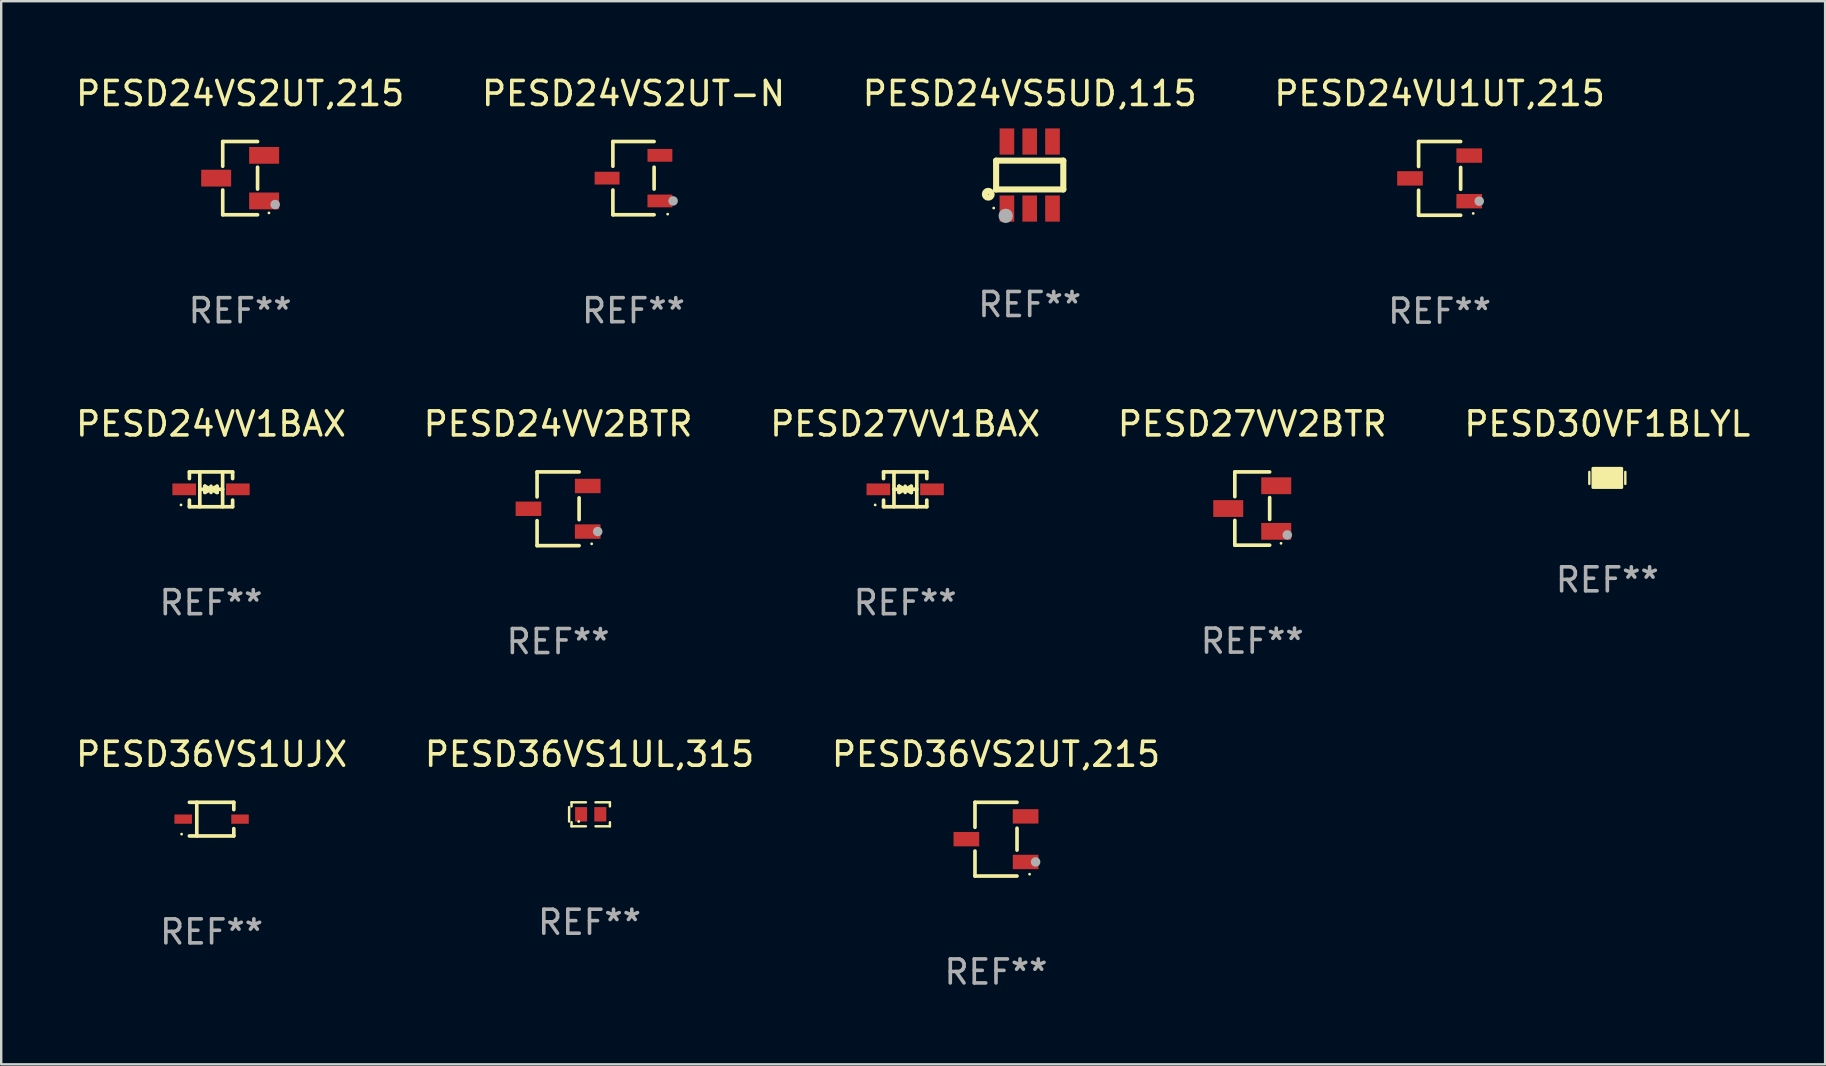
<source format=kicad_pcb>
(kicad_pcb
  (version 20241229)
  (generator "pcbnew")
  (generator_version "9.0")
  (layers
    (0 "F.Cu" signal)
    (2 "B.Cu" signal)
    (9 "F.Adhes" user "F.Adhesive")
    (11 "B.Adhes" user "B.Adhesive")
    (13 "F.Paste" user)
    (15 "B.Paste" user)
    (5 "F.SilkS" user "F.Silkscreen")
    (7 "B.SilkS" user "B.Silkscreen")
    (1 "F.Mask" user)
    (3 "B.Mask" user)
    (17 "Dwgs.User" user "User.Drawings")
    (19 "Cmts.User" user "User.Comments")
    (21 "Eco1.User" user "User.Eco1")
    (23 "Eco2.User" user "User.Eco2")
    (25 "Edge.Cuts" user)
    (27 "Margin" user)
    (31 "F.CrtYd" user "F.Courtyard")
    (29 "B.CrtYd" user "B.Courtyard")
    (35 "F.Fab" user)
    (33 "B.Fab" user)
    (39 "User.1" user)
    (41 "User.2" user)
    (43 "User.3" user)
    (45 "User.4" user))
  (footprint "PESD24VV1BAX"
    (layer "F.Cu")
    (at 5.744 17.343)
    (property "Reference" "PESD24VV1BAX" (at 0 -2.726 0) (layer "F.SilkS") (effects (font (size 1 1) (thickness 0.15))))
    (attr through_hole)
    (fp_line (start -0.901 -0.726) (end -0.901 -0.448) (stroke (width 0.152) (type solid)) (layer "F.SilkS"))
    (fp_line (start -0.901 0.726) (end -0.901 0.448) (stroke (width 0.152) (type solid)) (layer "F.SilkS"))
    (fp_line (start -0.467 0) (end 0.483 -0.003) (stroke (width 0.154) (type solid)) (layer "F.SilkS"))
    (fp_line (start -0.467 0.726) (end -0.467 -0.726) (stroke (width 0.152) (type solid)) (layer "F.SilkS"))
    (fp_line (start -0.254 -0.127) (end -0.254 -0.127) (stroke (width 0.154) (type solid)) (layer "F.SilkS"))
    (fp_line (start -0.254 -0.127) (end -0.002 -0.003) (stroke (width 0.154) (type solid)) (layer "F.SilkS"))
    (fp_line (start -0.254 0.127) (end -0.254 -0.127) (stroke (width 0.154) (type solid)) (layer "F.SilkS"))
    (fp_line (start -0.127 0) (end 0.003 0) (stroke (width 0.154) (type solid)) (layer "F.SilkS"))
    (fp_line (start -0.003 0) (end -0.254 0.127) (stroke (width 0.154) (type solid)) (layer "F.SilkS"))
    (fp_line (start 0 -0.127) (end 0 0.127) (stroke (width 0.154) (type solid)) (layer "F.SilkS"))
    (fp_line (start 0.003 0) (end 0.254 -0.127) (stroke (width 0.154) (type solid)) (layer "F.SilkS"))
    (fp_line (start 0.127 0) (end -0.003 0) (stroke (width 0.154) (type solid)) (layer "F.SilkS"))
    (fp_line (start 0.254 -0.127) (end 0.254 0.127) (stroke (width 0.154) (type solid)) (layer "F.SilkS"))
    (fp_line (start 0.254 0.127) (end 0.002 0.003) (stroke (width 0.154) (type solid)) (layer "F.SilkS"))
    (fp_line (start 0.254 0.127) (end 0.254 0.127) (stroke (width 0.154) (type solid)) (layer "F.SilkS"))
    (fp_line (start 0.483 0.726) (end 0.483 -0.726) (stroke (width 0.152) (type solid)) (layer "F.SilkS"))
    (fp_line (start 0.901 -0.726) (end -0.901 -0.726) (stroke (width 0.152) (type solid)) (layer "F.SilkS"))
    (fp_line (start 0.901 -0.726) (end 0.901 -0.448) (stroke (width 0.152) (type solid)) (layer "F.SilkS"))
    (fp_line (start 0.901 0.726) (end -0.901 0.726) (stroke (width 0.152) (type solid)) (layer "F.SilkS"))
    (fp_line (start 0.901 0.726) (end 0.901 0.448) (stroke (width 0.152) (type solid)) (layer "F.SilkS"))
    (fp_circle (center -1.25 0.65) (end -1.22 0.65) (stroke (width 0.06) (type solid)) (fill no) (layer "F.SilkS"))
    (fp_text user "REF**" (at 0 4.726 0) (layer "F.Fab") (effects (font (size 1 1) (thickness 0.15))))
    (pad "1" smd rect (at -1.118 0) (size 0.985 0.49) (layers "F.Cu" "F.Mask" "F.Paste"))
    (pad "2" smd rect (at 1.118 0) (size 0.985 0.49) (layers "F.Cu" "F.Mask" "F.Paste")))
  (footprint "PESD24VV2BTR"
    (layer "F.Cu")
    (at 20.208 18.153)
    (property "Reference" "PESD24VV2BTR" (at 0 -3.536 0) (layer "F.SilkS") (effects (font (size 1 1) (thickness 0.15))))
    (attr through_hole)
    (fp_line (start -0.876 -1.536) (end -0.876 -0.495) (stroke (width 0.152) (type solid)) (layer "F.SilkS"))
    (fp_line (start -0.876 1.536) (end -0.876 0.495) (stroke (width 0.152) (type solid)) (layer "F.SilkS"))
    (fp_line (start 0.876 -1.536) (end -0.876 -1.536) (stroke (width 0.152) (type solid)) (layer "F.SilkS"))
    (fp_line (start 0.876 -0.455) (end 0.876 0.455) (stroke (width 0.152) (type solid)) (layer "F.SilkS"))
    (fp_line (start 0.876 1.536) (end -0.876 1.536) (stroke (width 0.152) (type solid)) (layer "F.SilkS"))
    (fp_circle (center 1.4 1.46) (end 1.43 1.46) (stroke (width 0.06) (type solid)) (fill no) (layer "F.SilkS"))
    (fp_circle (center 1.651 0.95) (end 1.751 0.95) (stroke (width 0.2) (type solid)) (fill no) (layer "F.Fab"))
    (fp_text user "REF**" (at 0 5.536 0) (layer "F.Fab") (effects (font (size 1 1) (thickness 0.15))))
    (pad "1" smd rect (at 1.235 0.95) (size 1.07 0.6) (layers "F.Cu" "F.Mask" "F.Paste"))
    (pad "2" smd rect (at 1.235 -0.95) (size 1.07 0.6) (layers "F.Cu" "F.Mask" "F.Paste"))
    (pad "3" smd rect (at -1.235 0) (size 1.07 0.6) (layers "F.Cu" "F.Mask" "F.Paste")))
  (footprint "PESD30VF1BLYL"
    (layer "F.Cu")
    (at 63.935 16.867)
    (property "Reference" "PESD30VF1BLYL" (at 0 -2.25 0) (layer "F.SilkS") (effects (font (size 1 1) (thickness 0.15))))
    (attr through_hole)
    (fp_line (start -0.75 0.25) (end -0.75 -0.25) (stroke (width 0.1) (type solid)) (layer "F.SilkS"))
    (fp_line (start 0.75 -0.25) (end 0.75 0.25) (stroke (width 0.1) (type solid)) (layer "F.SilkS"))
    (fp_circle (center -0.5 0.3) (end -0.47 0.3) (stroke (width 0.06) (type solid)) (fill no) (layer "F.SilkS"))
    (fp_poly (pts (xy -0.6 -0.4) (xy 0.6 -0.4) (xy 0.6 0.4) (xy -0.6 0.4)) (stroke (width 0.12) (type solid)) (fill yes) (layer "F.SilkS"))
    (fp_text user "REF**" (at 0 4.25 0) (layer "F.Fab") (effects (font (size 1 1) (thickness 0.15))))
    (pad "1" smd rect (at -0.325 -0.000013) (size 0.3 0.6) (layers "F.Cu" "F.Mask" "F.Paste"))
    (pad "2" smd rect (at 0.325 -0.000013) (size 0.3 0.6) (layers "F.Cu" "F.Mask" "F.Paste")))
  (footprint "PESD24VS2UT,215"
    (layer "F.Cu")
    (at 6.958 4.374)
    (property "Reference" "PESD24VS2UT,215" (at 0 -3.526 0) (layer "F.SilkS") (effects (font (size 1 1) (thickness 0.15))))
    (attr through_hole)
    (fp_line (start -0.726 -1.526) (end -0.726 -0.495) (stroke (width 0.152) (type solid)) (layer "F.SilkS"))
    (fp_line (start -0.726 1.526) (end -0.726 0.495) (stroke (width 0.152) (type solid)) (layer "F.SilkS"))
    (fp_line (start 0.726 -1.526) (end -0.726 -1.526) (stroke (width 0.152) (type solid)) (layer "F.SilkS"))
    (fp_line (start 0.726 -0.455) (end 0.726 0.455) (stroke (width 0.152) (type solid)) (layer "F.SilkS"))
    (fp_line (start 0.726 1.526) (end -0.726 1.526) (stroke (width 0.152) (type solid)) (layer "F.SilkS"))
    (fp_circle (center 1.2 1.45) (end 1.23 1.45) (stroke (width 0.06) (type solid)) (fill no) (layer "F.SilkS"))
    (fp_circle (center 1.46 1.1) (end 1.56 1.1) (stroke (width 0.2) (type solid)) (fill no) (layer "F.Fab"))
    (fp_text user "REF**" (at 0 5.526 0) (layer "F.Fab") (effects (font (size 1 1) (thickness 0.15))))
    (pad "1" smd rect (at 1 0.95) (size 1.25 0.7) (layers "F.Cu" "F.Mask" "F.Paste"))
    (pad "2" smd rect (at 1 -0.95) (size 1.25 0.7) (layers "F.Cu" "F.Mask" "F.Paste"))
    (pad "3" smd rect (at -1 0) (size 1.25 0.7) (layers "F.Cu" "F.Mask" "F.Paste")))
  (footprint "PESD24VS2UT-N"
    (layer "F.Cu")
    (at 23.351 4.374)
    (property "Reference" "PESD24VS2UT-N" (at 0 -3.526 0) (layer "F.SilkS") (effects (font (size 1 1) (thickness 0.15))))
    (attr through_hole)
    (fp_line (start -0.859 -1.526) (end -0.859 -0.495) (stroke (width 0.152) (type solid)) (layer "F.SilkS"))
    (fp_line (start -0.859 1.526) (end -0.859 0.495) (stroke (width 0.152) (type solid)) (layer "F.SilkS"))
    (fp_line (start 0.859 -1.526) (end -0.859 -1.526) (stroke (width 0.152) (type solid)) (layer "F.SilkS"))
    (fp_line (start 0.859 -0.455) (end 0.859 0.455) (stroke (width 0.152) (type solid)) (layer "F.SilkS"))
    (fp_line (start 0.859 1.526) (end -0.859 1.526) (stroke (width 0.152) (type solid)) (layer "F.SilkS"))
    (fp_circle (center 1.425 1.5) (end 1.455 1.5) (stroke (width 0.06) (type solid)) (fill no) (layer "F.SilkS"))
    (fp_circle (center 1.65 0.95) (end 1.75 0.95) (stroke (width 0.2) (type solid)) (fill no) (layer "F.Fab"))
    (fp_text user "REF**" (at 0 5.526 0) (layer "F.Fab") (effects (font (size 1 1) (thickness 0.15))))
    (pad "1" smd rect (at 1.101 0.95) (size 1.037 0.532) (layers "F.Cu" "F.Mask" "F.Paste"))
    (pad "2" smd rect (at 1.101 -0.95) (size 1.037 0.532) (layers "F.Cu" "F.Mask" "F.Paste"))
    (pad "3" smd rect (at -1.101 0) (size 1.037 0.532) (layers "F.Cu" "F.Mask" "F.Paste")))
  (footprint "PESD24VU1UT,215"
    (layer "F.Cu")
    (at 56.946 4.384)
    (property "Reference" "PESD24VU1UT,215" (at 0 -3.536 0) (layer "F.SilkS") (effects (font (size 1 1) (thickness 0.15))))
    (attr through_hole)
    (fp_line (start -0.876 -1.536) (end -0.876 -0.495) (stroke (width 0.152) (type solid)) (layer "F.SilkS"))
    (fp_line (start -0.876 1.536) (end -0.876 0.495) (stroke (width 0.152) (type solid)) (layer "F.SilkS"))
    (fp_line (start 0.876 -1.536) (end -0.876 -1.536) (stroke (width 0.152) (type solid)) (layer "F.SilkS"))
    (fp_line (start 0.876 -0.455) (end 0.876 0.455) (stroke (width 0.152) (type solid)) (layer "F.SilkS"))
    (fp_line (start 0.876 1.536) (end -0.876 1.536) (stroke (width 0.152) (type solid)) (layer "F.SilkS"))
    (fp_circle (center 1.4 1.46) (end 1.43 1.46) (stroke (width 0.06) (type solid)) (fill no) (layer "F.SilkS"))
    (fp_circle (center 1.651 0.95) (end 1.751 0.95) (stroke (width 0.2) (type solid)) (fill no) (layer "F.Fab"))
    (fp_text user "REF**" (at 0 5.536 0) (layer "F.Fab") (effects (font (size 1 1) (thickness 0.15))))
    (pad "1" smd rect (at 1.235 0.95) (size 1.07 0.6) (layers "F.Cu" "F.Mask" "F.Paste"))
    (pad "2" smd rect (at 1.235 -0.95) (size 1.07 0.6) (layers "F.Cu" "F.Mask" "F.Paste"))
    (pad "3" smd rect (at -1.235 0) (size 1.07 0.6) (layers "F.Cu" "F.Mask" "F.Paste")))
  (footprint "PESD27VV2BTR"
    (layer "F.Cu")
    (at 49.137 18.143)
    (property "Reference" "PESD27VV2BTR" (at 0 -3.526 0) (layer "F.SilkS") (effects (font (size 1 1) (thickness 0.15))))
    (attr through_hole)
    (fp_line (start -0.726 -1.526) (end -0.726 -0.495) (stroke (width 0.152) (type solid)) (layer "F.SilkS"))
    (fp_line (start -0.726 1.526) (end -0.726 0.495) (stroke (width 0.152) (type solid)) (layer "F.SilkS"))
    (fp_line (start 0.726 -1.526) (end -0.726 -1.526) (stroke (width 0.152) (type solid)) (layer "F.SilkS"))
    (fp_line (start 0.726 -0.455) (end 0.726 0.455) (stroke (width 0.152) (type solid)) (layer "F.SilkS"))
    (fp_line (start 0.726 1.526) (end -0.726 1.526) (stroke (width 0.152) (type solid)) (layer "F.SilkS"))
    (fp_circle (center 1.2 1.45) (end 1.23 1.45) (stroke (width 0.06) (type solid)) (fill no) (layer "F.SilkS"))
    (fp_circle (center 1.46 1.1) (end 1.56 1.1) (stroke (width 0.2) (type solid)) (fill no) (layer "F.Fab"))
    (fp_text user "REF**" (at 0 5.526 0) (layer "F.Fab") (effects (font (size 1 1) (thickness 0.15))))
    (pad "1" smd rect (at 1 0.95) (size 1.25 0.7) (layers "F.Cu" "F.Mask" "F.Paste"))
    (pad "2" smd rect (at 1 -0.95) (size 1.25 0.7) (layers "F.Cu" "F.Mask" "F.Paste"))
    (pad "3" smd rect (at -1 0) (size 1.25 0.7) (layers "F.Cu" "F.Mask" "F.Paste")))
  (footprint "PESD24VS5UD,115"
    (layer "F.Cu")
    (at 39.863 4.245)
    (property "Reference" "PESD24VS5UD,115" (at 0 -3.397 0) (layer "F.SilkS") (effects (font (size 1 1) (thickness 0.15))))
    (attr through_hole)
    (fp_line (start -1.4 -0.6) (end 1.4 -0.6) (stroke (width 0.254) (type solid)) (layer "F.SilkS"))
    (fp_line (start -1.4 0.6) (end -1.4 -0.6) (stroke (width 0.254) (type solid)) (layer "F.SilkS"))
    (fp_line (start -1.4 0.6) (end 1.4 0.6) (stroke (width 0.254) (type solid)) (layer "F.SilkS"))
    (fp_line (start 1.4 -0.6) (end 1.4 0.6) (stroke (width 0.254) (type solid)) (layer "F.SilkS"))
    (fp_circle (center -1.727 0.8) (end -1.585 0.8) (stroke (width 0.254) (type solid)) (fill no) (layer "F.SilkS"))
    (fp_circle (center -1.5 1.375) (end -1.47 1.375) (stroke (width 0.06) (type solid)) (fill no) (layer "F.SilkS"))
    (fp_circle (center -1 1.7) (end -0.85 1.7) (stroke (width 0.3) (type solid)) (fill no) (layer "F.Fab"))
    (fp_text user "REF**" (at 0 5.397 0) (layer "F.Fab") (effects (font (size 1 1) (thickness 0.15))))
    (pad "1" smd rect (at -0.95 1.397 180) (size 0.61 1.092) (layers "F.Cu" "F.Mask" "F.Paste"))
    (pad "2" smd rect (at 0 1.397 180) (size 0.61 1.092) (layers "F.Cu" "F.Mask" "F.Paste"))
    (pad "3" smd rect (at 0.95 1.397 180) (size 0.61 1.092) (layers "F.Cu" "F.Mask" "F.Paste"))
    (pad "4" smd rect (at 0.95 -1.397 180) (size 0.61 1.092) (layers "F.Cu" "F.Mask" "F.Paste"))
    (pad "5" smd rect (at 0 -1.397 180) (size 0.61 1.092) (layers "F.Cu" "F.Mask" "F.Paste"))
    (pad "6" smd rect (at -0.95 -1.397 180) (size 0.61 1.092) (layers "F.Cu" "F.Mask" "F.Paste")))
  (footprint "PESD36VS2UT,215"
    (layer "F.Cu")
    (at 38.458 31.922)
    (property "Reference" "PESD36VS2UT,215" (at 0 -3.536 0) (layer "F.SilkS") (effects (font (size 1 1) (thickness 0.15))))
    (attr through_hole)
    (fp_line (start -0.876 -1.536) (end -0.876 -0.495) (stroke (width 0.152) (type solid)) (layer "F.SilkS"))
    (fp_line (start -0.876 1.536) (end -0.876 0.495) (stroke (width 0.152) (type solid)) (layer "F.SilkS"))
    (fp_line (start 0.876 -1.536) (end -0.876 -1.536) (stroke (width 0.152) (type solid)) (layer "F.SilkS"))
    (fp_line (start 0.876 -0.455) (end 0.876 0.455) (stroke (width 0.152) (type solid)) (layer "F.SilkS"))
    (fp_line (start 0.876 1.536) (end -0.876 1.536) (stroke (width 0.152) (type solid)) (layer "F.SilkS"))
    (fp_circle (center 1.4 1.46) (end 1.43 1.46) (stroke (width 0.06) (type solid)) (fill no) (layer "F.SilkS"))
    (fp_circle (center 1.651 0.95) (end 1.751 0.95) (stroke (width 0.2) (type solid)) (fill no) (layer "F.Fab"))
    (fp_text user "REF**" (at 0 5.536 0) (layer "F.Fab") (effects (font (size 1 1) (thickness 0.15))))
    (pad "1" smd rect (at 1.235 0.95) (size 1.07 0.6) (layers "F.Cu" "F.Mask" "F.Paste"))
    (pad "2" smd rect (at 1.235 -0.95) (size 1.07 0.6) (layers "F.Cu" "F.Mask" "F.Paste"))
    (pad "3" smd rect (at -1.235 0) (size 1.07 0.6) (layers "F.Cu" "F.Mask" "F.Paste")))
  (footprint "PESD36VS1UL,315"
    (layer "F.Cu")
    (at 21.518 30.886)
    (property "Reference" "PESD36VS1UL,315" (at 0 -2.5 0) (layer "F.SilkS") (effects (font (size 1 1) (thickness 0.15))))
    (attr through_hole)
    (fp_line (start -0.85 -0.3) (end -0.85 0.3) (stroke (width 0.102) (type solid)) (layer "F.SilkS"))
    (fp_line (start -0.75 -0.5) (end -0.75 -0.329) (stroke (width 0.102) (type solid)) (layer "F.SilkS"))
    (fp_line (start -0.75 0.329) (end -0.75 0.5) (stroke (width 0.102) (type solid)) (layer "F.SilkS"))
    (fp_line (start -0.75 0.5) (end -0.15 0.5) (stroke (width 0.102) (type solid)) (layer "F.SilkS"))
    (fp_line (start -0.15 -0.5) (end -0.75 -0.5) (stroke (width 0.102) (type solid)) (layer "F.SilkS"))
    (fp_line (start 0.25 -0.5) (end 0.85 -0.5) (stroke (width 0.102) (type solid)) (layer "F.SilkS"))
    (fp_line (start 0.85 -0.5) (end 0.85 -0.33) (stroke (width 0.102) (type solid)) (layer "F.SilkS"))
    (fp_line (start 0.85 0.33) (end 0.85 0.5) (stroke (width 0.102) (type solid)) (layer "F.SilkS"))
    (fp_line (start 0.85 0.5) (end 0.25 0.5) (stroke (width 0.102) (type solid)) (layer "F.SilkS"))
    (fp_circle (center -0.45 0.3) (end -0.42 0.3) (stroke (width 0.06) (type solid)) (fill no) (layer "F.SilkS"))
    (fp_text user "REF**" (at 0 4.5 0) (layer "F.Fab") (effects (font (size 1 1) (thickness 0.15))))
    (pad "1" smd rect (at -0.35 0) (size 0.5 0.6) (layers "F.Cu" "F.Mask" "F.Paste"))
    (pad "2" smd rect (at 0.45 0) (size 0.5 0.6) (layers "F.Cu" "F.Mask" "F.Paste")))
  (footprint "PESD36VS1UJX"
    (layer "F.Cu")
    (at 5.768 31.087)
    (property "Reference" "PESD36VS1UJX" (at 0 -2.701 0) (layer "F.SilkS") (effects (font (size 1 1) (thickness 0.15))))
    (attr through_hole)
    (fp_line (start -0.926 -0.701) (end 0.926 -0.701) (stroke (width 0.152) (type solid)) (layer "F.SilkS"))
    (fp_line (start -0.926 0.701) (end 0.926 0.701) (stroke (width 0.152) (type solid)) (layer "F.SilkS"))
    (fp_line (start -0.617 -0.701) (end -0.617 0.701) (stroke (width 0.152) (type solid)) (layer "F.SilkS"))
    (fp_line (start 0.926 -0.701) (end 0.926 -0.396) (stroke (width 0.152) (type solid)) (layer "F.SilkS"))
    (fp_line (start 0.926 0.701) (end 0.926 0.396) (stroke (width 0.152) (type solid)) (layer "F.SilkS"))
    (fp_circle (center -1.25 0.625) (end -1.22 0.625) (stroke (width 0.06) (type solid)) (fill no) (layer "F.SilkS"))
    (fp_text user "REF**" (at 0 4.701 0) (layer "F.Fab") (effects (font (size 1 1) (thickness 0.15))))
    (pad "1" smd rect (at -1.185 0 180) (size 0.73 0.385) (layers "F.Cu" "F.Mask" "F.Paste"))
    (pad "2" smd rect (at 1.185 0 180) (size 0.73 0.385) (layers "F.Cu" "F.Mask" "F.Paste")))
  (footprint "PESD27VV1BAX"
    (layer "F.Cu")
    (at 34.673 17.343)
    (property "Reference" "PESD27VV1BAX" (at 0 -2.726 0) (layer "F.SilkS") (effects (font (size 1 1) (thickness 0.15))))
    (attr through_hole)
    (fp_line (start -0.901 -0.726) (end -0.901 -0.448) (stroke (width 0.152) (type solid)) (layer "F.SilkS"))
    (fp_line (start -0.901 0.726) (end -0.901 0.448) (stroke (width 0.152) (type solid)) (layer "F.SilkS"))
    (fp_line (start -0.467 0) (end 0.483 -0.003) (stroke (width 0.154) (type solid)) (layer "F.SilkS"))
    (fp_line (start -0.467 0.726) (end -0.467 -0.726) (stroke (width 0.152) (type solid)) (layer "F.SilkS"))
    (fp_line (start -0.254 -0.127) (end -0.254 -0.127) (stroke (width 0.154) (type solid)) (layer "F.SilkS"))
    (fp_line (start -0.254 -0.127) (end -0.002 -0.003) (stroke (width 0.154) (type solid)) (layer "F.SilkS"))
    (fp_line (start -0.254 0.127) (end -0.254 -0.127) (stroke (width 0.154) (type solid)) (layer "F.SilkS"))
    (fp_line (start -0.127 0) (end 0.003 0) (stroke (width 0.154) (type solid)) (layer "F.SilkS"))
    (fp_line (start -0.003 0) (end -0.254 0.127) (stroke (width 0.154) (type solid)) (layer "F.SilkS"))
    (fp_line (start 0 -0.127) (end 0 0.127) (stroke (width 0.154) (type solid)) (layer "F.SilkS"))
    (fp_line (start 0.003 0) (end 0.254 -0.127) (stroke (width 0.154) (type solid)) (layer "F.SilkS"))
    (fp_line (start 0.127 0) (end -0.003 0) (stroke (width 0.154) (type solid)) (layer "F.SilkS"))
    (fp_line (start 0.254 -0.127) (end 0.254 0.127) (stroke (width 0.154) (type solid)) (layer "F.SilkS"))
    (fp_line (start 0.254 0.127) (end 0.002 0.003) (stroke (width 0.154) (type solid)) (layer "F.SilkS"))
    (fp_line (start 0.254 0.127) (end 0.254 0.127) (stroke (width 0.154) (type solid)) (layer "F.SilkS"))
    (fp_line (start 0.483 0.726) (end 0.483 -0.726) (stroke (width 0.152) (type solid)) (layer "F.SilkS"))
    (fp_line (start 0.901 -0.726) (end -0.901 -0.726) (stroke (width 0.152) (type solid)) (layer "F.SilkS"))
    (fp_line (start 0.901 -0.726) (end 0.901 -0.448) (stroke (width 0.152) (type solid)) (layer "F.SilkS"))
    (fp_line (start 0.901 0.726) (end -0.901 0.726) (stroke (width 0.152) (type solid)) (layer "F.SilkS"))
    (fp_line (start 0.901 0.726) (end 0.901 0.448) (stroke (width 0.152) (type solid)) (layer "F.SilkS"))
    (fp_circle (center -1.25 0.65) (end -1.22 0.65) (stroke (width 0.06) (type solid)) (fill no) (layer "F.SilkS"))
    (fp_text user "REF**" (at 0 4.726 0) (layer "F.Fab") (effects (font (size 1 1) (thickness 0.15))))
    (pad "1" smd rect (at -1.118 0) (size 0.985 0.49) (layers "F.Cu" "F.Mask" "F.Paste"))
    (pad "2" smd rect (at 1.118 0) (size 0.985 0.49) (layers "F.Cu" "F.Mask" "F.Paste")))
  (gr_rect
    (start -3 -3)
    (end 73.012 41.307)
    (stroke (width 0.1) (type default))
    (fill no)
    (layer "Edge.Cuts")))
</source>
